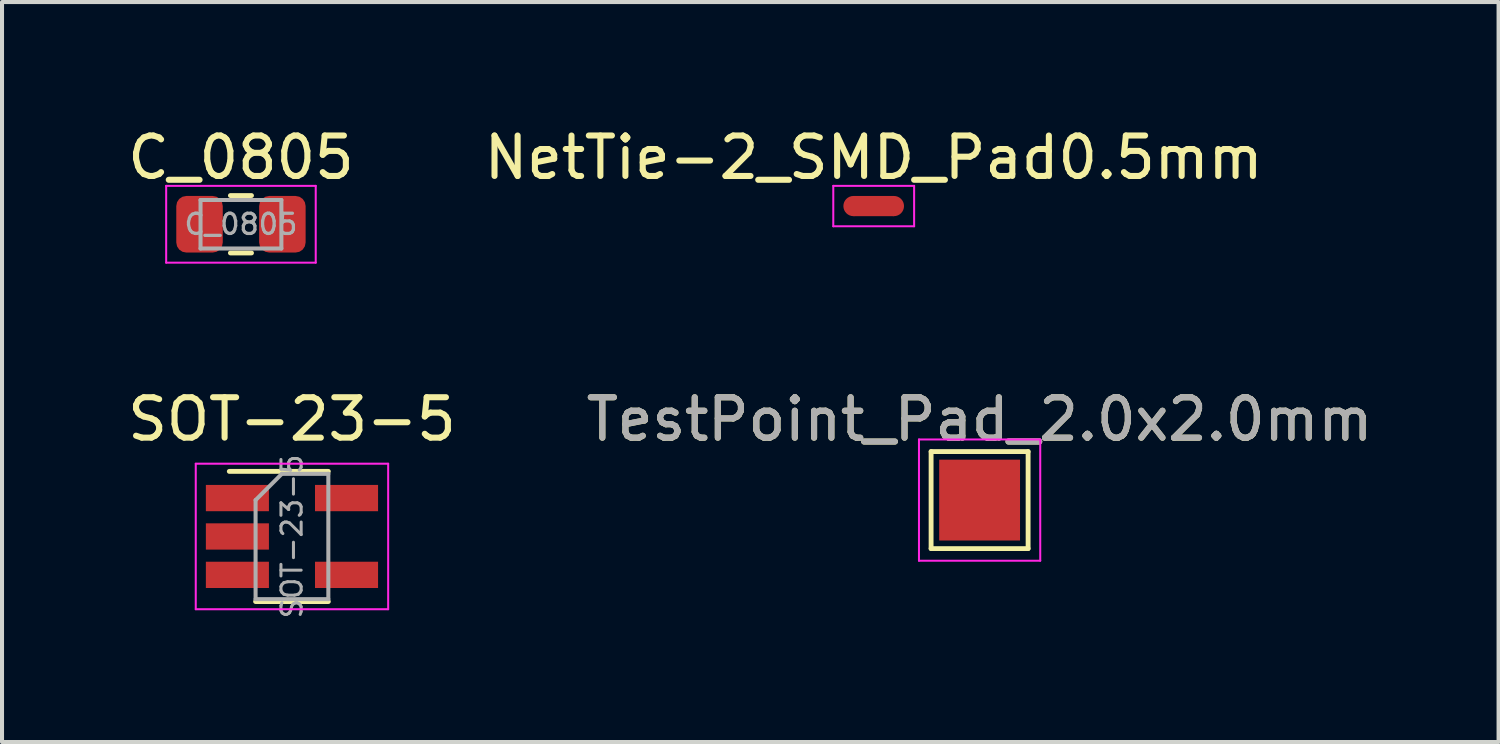
<source format=kicad_pcb>
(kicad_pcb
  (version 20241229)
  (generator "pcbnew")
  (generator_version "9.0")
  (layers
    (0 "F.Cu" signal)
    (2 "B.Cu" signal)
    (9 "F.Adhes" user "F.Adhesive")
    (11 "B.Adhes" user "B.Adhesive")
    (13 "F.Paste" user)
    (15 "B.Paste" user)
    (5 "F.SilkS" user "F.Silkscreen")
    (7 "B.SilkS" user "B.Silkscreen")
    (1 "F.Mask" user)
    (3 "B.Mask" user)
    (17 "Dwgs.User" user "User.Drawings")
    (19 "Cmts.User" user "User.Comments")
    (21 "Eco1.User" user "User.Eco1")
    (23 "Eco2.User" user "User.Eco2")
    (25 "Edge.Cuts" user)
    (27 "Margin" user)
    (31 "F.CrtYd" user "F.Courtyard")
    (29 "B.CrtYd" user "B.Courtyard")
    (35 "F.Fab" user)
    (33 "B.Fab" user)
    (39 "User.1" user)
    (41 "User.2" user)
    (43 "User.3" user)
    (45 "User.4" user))
  (footprint "C_0805"
    (layer "F.Cu")
    (at 2.911 2.498)
    (property "Reference" "C_0805" (at 0 -1.65 0) (layer "F.SilkS") (effects (font (size 1 1) (thickness 0.15))))
    (attr smd)
    (fp_line (start -0.261 -0.71) (end 0.261 -0.71) (stroke (width 0.12) (type solid)) (layer "F.SilkS"))
    (fp_line (start -0.261 0.71) (end 0.261 0.71) (stroke (width 0.12) (type solid)) (layer "F.SilkS"))
    (fp_line (start -1.85 -0.95) (end 1.85 -0.95) (stroke (width 0.05) (type solid)) (layer "F.CrtYd"))
    (fp_line (start -1.85 0.95) (end -1.85 -0.95) (stroke (width 0.05) (type solid)) (layer "F.CrtYd"))
    (fp_line (start 1.85 -0.95) (end 1.85 0.95) (stroke (width 0.05) (type solid)) (layer "F.CrtYd"))
    (fp_line (start 1.85 0.95) (end -1.85 0.95) (stroke (width 0.05) (type solid)) (layer "F.CrtYd"))
    (fp_line (start -1 -0.6) (end 1 -0.6) (stroke (width 0.1) (type solid)) (layer "F.Fab"))
    (fp_line (start -1 0.6) (end -1 -0.6) (stroke (width 0.1) (type solid)) (layer "F.Fab"))
    (fp_line (start 1 -0.6) (end 1 0.6) (stroke (width 0.1) (type solid)) (layer "F.Fab"))
    (fp_line (start 1 0.6) (end -1 0.6) (stroke (width 0.1) (type solid)) (layer "F.Fab"))
    (fp_text user "${REFERENCE}" (at 0 0 0) (layer "F.Fab") (effects (font (size 0.5 0.5) (thickness 0.08))))
    (pad "1" smd roundrect (at -1.025 0) (size 1.15 1.4) (layers "F.Cu" "F.Mask" "F.Paste") (roundrect_rratio 0.217))
    (pad "2" smd roundrect (at 1.025 0) (size 1.15 1.4) (layers "F.Cu" "F.Mask" "F.Paste") (roundrect_rratio 0.217)))
  (footprint "SOT-23-5"
    (layer "F.Cu")
    (at 4.173 10.222)
    (property "Reference" "SOT-23-5" (at 0 -2.9 0) (layer "F.SilkS") (effects (font (size 1 1) (thickness 0.15))))
    (attr smd)
    (fp_line (start -0.9 1.61) (end 0.9 1.61) (stroke (width 0.12) (type solid)) (layer "F.SilkS"))
    (fp_line (start 0.9 -1.61) (end -1.55 -1.61) (stroke (width 0.12) (type solid)) (layer "F.SilkS"))
    (fp_line (start -2.38 -1.8) (end -2.38 1.8) (stroke (width 0.05) (type solid)) (layer "F.CrtYd"))
    (fp_line (start -2.38 -1.8) (end 2.38 -1.8) (stroke (width 0.05) (type solid)) (layer "F.CrtYd"))
    (fp_line (start 2.38 1.8) (end -2.38 1.8) (stroke (width 0.05) (type solid)) (layer "F.CrtYd"))
    (fp_line (start 2.38 1.8) (end 2.38 -1.8) (stroke (width 0.05) (type solid)) (layer "F.CrtYd"))
    (fp_line (start -0.9 -0.9) (end -0.9 1.55) (stroke (width 0.1) (type solid)) (layer "F.Fab"))
    (fp_line (start -0.9 -0.9) (end -0.25 -1.55) (stroke (width 0.1) (type solid)) (layer "F.Fab"))
    (fp_line (start 0.9 -1.55) (end -0.25 -1.55) (stroke (width 0.1) (type solid)) (layer "F.Fab"))
    (fp_line (start 0.9 -1.55) (end 0.9 1.55) (stroke (width 0.1) (type solid)) (layer "F.Fab"))
    (fp_line (start 0.9 1.55) (end -0.9 1.55) (stroke (width 0.1) (type solid)) (layer "F.Fab"))
    (fp_text user "${REFERENCE}" (at 0 0 90) (layer "F.Fab") (effects (font (size 0.5 0.5) (thickness 0.075))))
    (pad "1" smd rect (at -1.35 -0.95) (size 1.56 0.65) (layers "F.Cu" "F.Mask" "F.Paste"))
    (pad "2" smd rect (at -1.35 0) (size 1.56 0.65) (layers "F.Cu" "F.Mask" "F.Paste"))
    (pad "3" smd rect (at -1.35 0.95) (size 1.56 0.65) (layers "F.Cu" "F.Mask" "F.Paste"))
    (pad "4" smd rect (at 1.35 0.95) (size 1.56 0.65) (layers "F.Cu" "F.Mask" "F.Paste"))
    (pad "5" smd rect (at 1.35 -0.95) (size 1.56 0.65) (layers "F.Cu" "F.Mask" "F.Paste")))
  (footprint "TestPoint_Pad_2.0x2.0mm"
    (layer "F.Cu")
    (at 21.185 9.322)
    (property "Reference" "TestPoint_Pad_2.0x2.0mm" (at 0 -1.998 0) (layer "F.SilkS") (effects (font (size 1 1) (thickness 0.15))))
    (attr exclude_from_pos_files exclude_from_bom)
    (fp_line (start -1.2 -1.2) (end 1.2 -1.2) (stroke (width 0.12) (type solid)) (layer "F.SilkS"))
    (fp_line (start -1.2 1.2) (end -1.2 -1.2) (stroke (width 0.12) (type solid)) (layer "F.SilkS"))
    (fp_line (start 1.2 -1.2) (end 1.2 1.2) (stroke (width 0.12) (type solid)) (layer "F.SilkS"))
    (fp_line (start 1.2 1.2) (end -1.2 1.2) (stroke (width 0.12) (type solid)) (layer "F.SilkS"))
    (fp_line (start -1.5 -1.5) (end -1.5 1.5) (stroke (width 0.05) (type solid)) (layer "F.CrtYd"))
    (fp_line (start -1.5 -1.5) (end 1.5 -1.5) (stroke (width 0.05) (type solid)) (layer "F.CrtYd"))
    (fp_line (start 1.5 1.5) (end -1.5 1.5) (stroke (width 0.05) (type solid)) (layer "F.CrtYd"))
    (fp_line (start 1.5 1.5) (end 1.5 -1.5) (stroke (width 0.05) (type solid)) (layer "F.CrtYd"))
    (fp_text user "${REFERENCE}" (at 0 -2 0) (layer "F.Fab") (effects (font (size 1 1) (thickness 0.15))))
    (pad "1" smd rect (at 0 0) (size 2 2) (layers "F.Cu" "F.Mask")))
  (footprint "NetTie-2_SMD_Pad0.5mm"
    (layer "F.Cu")
    (at 18.565 2.048)
    (property "Reference" "NetTie-2_SMD_Pad0.5mm" (at 0 -1.2 0) (layer "F.SilkS") (effects (font (size 1 1) (thickness 0.15))))
    (attr exclude_from_pos_files exclude_from_bom)
    (fp_poly (pts (xy -0.5 -0.25) (xy 0.5 -0.25) (xy 0.5 0.25) (xy -0.5 0.25)) (stroke (width 0) (type solid)) (fill yes) (layer "F.Cu"))
    (fp_line (start -1 -0.5) (end -1 0.5) (stroke (width 0.05) (type solid)) (layer "F.CrtYd"))
    (fp_line (start -1 0.5) (end 1 0.5) (stroke (width 0.05) (type solid)) (layer "F.CrtYd"))
    (fp_line (start 1 -0.5) (end -1 -0.5) (stroke (width 0.05) (type solid)) (layer "F.CrtYd"))
    (fp_line (start 1 0.5) (end 1 -0.5) (stroke (width 0.05) (type solid)) (layer "F.CrtYd"))
    (pad "1" smd circle (at -0.5 0) (size 0.5 0.5) (layers "F.Cu"))
    (pad "2" smd circle (at 0.5 0) (size 0.5 0.5) (layers "F.Cu")))
  (gr_rect
    (start -3 -3)
    (end 34.024 15.308)
    (stroke (width 0.1) (type default))
    (fill no)
    (layer "Edge.Cuts")))
</source>
